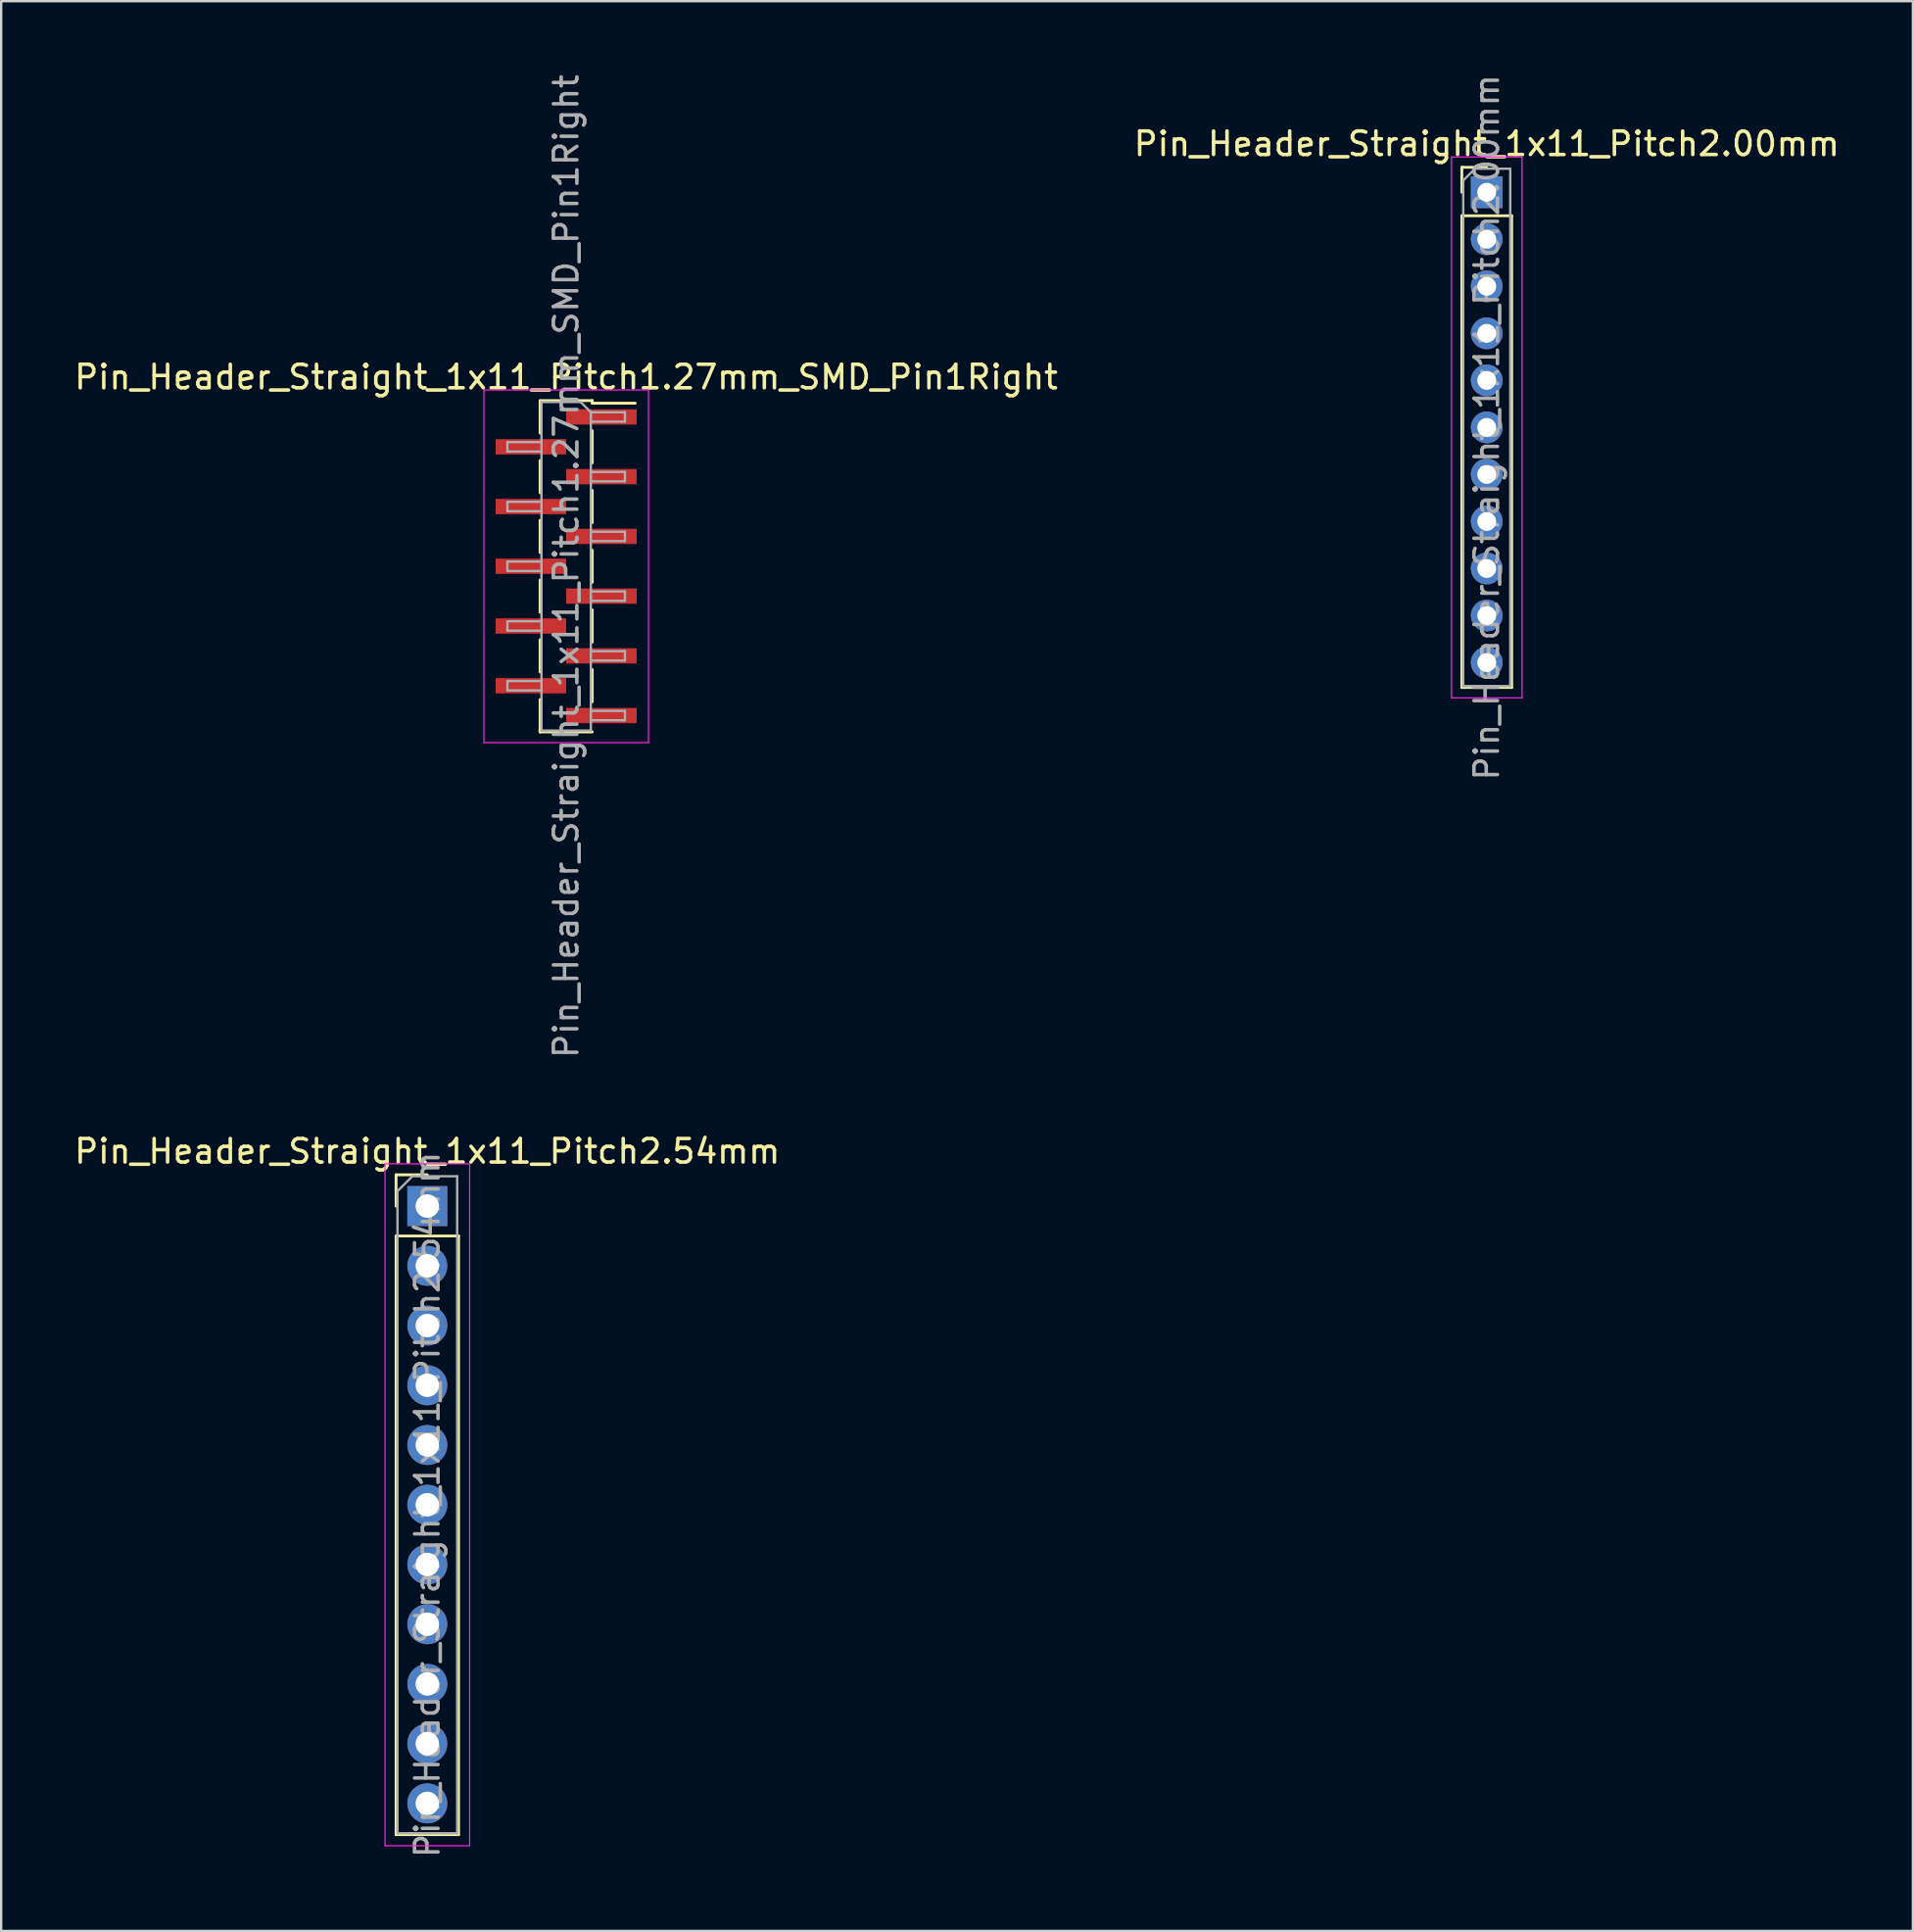
<source format=kicad_pcb>
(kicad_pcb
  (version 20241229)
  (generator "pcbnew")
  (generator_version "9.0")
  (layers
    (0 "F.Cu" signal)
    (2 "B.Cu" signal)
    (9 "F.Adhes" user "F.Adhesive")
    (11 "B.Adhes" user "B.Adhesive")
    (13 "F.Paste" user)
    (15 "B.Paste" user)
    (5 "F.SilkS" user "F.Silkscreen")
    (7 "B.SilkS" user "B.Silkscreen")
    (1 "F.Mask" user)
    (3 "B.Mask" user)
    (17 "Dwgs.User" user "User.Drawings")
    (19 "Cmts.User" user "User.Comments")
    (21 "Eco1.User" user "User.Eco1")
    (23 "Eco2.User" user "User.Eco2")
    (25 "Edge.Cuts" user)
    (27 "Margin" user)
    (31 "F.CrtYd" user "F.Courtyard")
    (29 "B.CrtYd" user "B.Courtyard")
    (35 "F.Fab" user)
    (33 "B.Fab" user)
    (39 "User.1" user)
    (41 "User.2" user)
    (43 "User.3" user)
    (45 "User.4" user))
  (footprint "Pin_Header_Straight_1x11_Pitch1.27mm_SMD_Pin1Right"
    (layer "F.Cu")
    (at 21.03 21.03)
    (property "Reference" "Pin_Header_Straight_1x11_Pitch1.27mm_SMD_Pin1Right" (at 0 -8.045 0) (layer "F.SilkS") (effects (font (size 1 1) (thickness 0.15))))
    (attr smd)
    (fp_line (start -1.11 -7.045) (end 1.11 -7.045) (stroke (width 0.12) (type solid)) (layer "F.SilkS"))
    (fp_line (start -1.11 -7.035) (end -1.11 -5.665) (stroke (width 0.12) (type solid)) (layer "F.SilkS"))
    (fp_line (start -1.11 -4.495) (end -1.11 -3.125) (stroke (width 0.12) (type solid)) (layer "F.SilkS"))
    (fp_line (start -1.11 -1.955) (end -1.11 -0.585) (stroke (width 0.12) (type solid)) (layer "F.SilkS"))
    (fp_line (start -1.11 0.585) (end -1.11 1.955) (stroke (width 0.12) (type solid)) (layer "F.SilkS"))
    (fp_line (start -1.11 3.125) (end -1.11 4.495) (stroke (width 0.12) (type solid)) (layer "F.SilkS"))
    (fp_line (start -1.11 5.665) (end -1.11 7.035) (stroke (width 0.12) (type solid)) (layer "F.SilkS"))
    (fp_line (start -1.11 6.935) (end -1.11 7.045) (stroke (width 0.12) (type solid)) (layer "F.SilkS"))
    (fp_line (start -1.11 7.045) (end 1.11 7.045) (stroke (width 0.12) (type solid)) (layer "F.SilkS"))
    (fp_line (start 1.11 -7.045) (end 1.11 -6.935) (stroke (width 0.12) (type solid)) (layer "F.SilkS"))
    (fp_line (start 1.11 -6.935) (end 2.94 -6.935) (stroke (width 0.12) (type solid)) (layer "F.SilkS"))
    (fp_line (start 1.11 -5.765) (end 1.11 -4.395) (stroke (width 0.12) (type solid)) (layer "F.SilkS"))
    (fp_line (start 1.11 -3.225) (end 1.11 -1.855) (stroke (width 0.12) (type solid)) (layer "F.SilkS"))
    (fp_line (start 1.11 -0.685) (end 1.11 0.685) (stroke (width 0.12) (type solid)) (layer "F.SilkS"))
    (fp_line (start 1.11 1.855) (end 1.11 3.225) (stroke (width 0.12) (type solid)) (layer "F.SilkS"))
    (fp_line (start 1.11 4.395) (end 1.11 5.765) (stroke (width 0.12) (type solid)) (layer "F.SilkS"))
    (fp_line (start -3.5 -7.5) (end -3.5 7.5) (stroke (width 0.05) (type solid)) (layer "F.CrtYd"))
    (fp_line (start -3.5 7.5) (end 3.5 7.5) (stroke (width 0.05) (type solid)) (layer "F.CrtYd"))
    (fp_line (start 3.5 -7.5) (end -3.5 -7.5) (stroke (width 0.05) (type solid)) (layer "F.CrtYd"))
    (fp_line (start 3.5 7.5) (end 3.5 -7.5) (stroke (width 0.05) (type solid)) (layer "F.CrtYd"))
    (fp_line (start -2.5 -5.28) (end -2.5 -4.88) (stroke (width 0.1) (type solid)) (layer "F.Fab"))
    (fp_line (start -2.5 -4.88) (end -1.05 -4.88) (stroke (width 0.1) (type solid)) (layer "F.Fab"))
    (fp_line (start -2.5 -2.74) (end -2.5 -2.34) (stroke (width 0.1) (type solid)) (layer "F.Fab"))
    (fp_line (start -2.5 -2.34) (end -1.05 -2.34) (stroke (width 0.1) (type solid)) (layer "F.Fab"))
    (fp_line (start -2.5 -0.2) (end -2.5 0.2) (stroke (width 0.1) (type solid)) (layer "F.Fab"))
    (fp_line (start -2.5 0.2) (end -1.05 0.2) (stroke (width 0.1) (type solid)) (layer "F.Fab"))
    (fp_line (start -2.5 2.34) (end -2.5 2.74) (stroke (width 0.1) (type solid)) (layer "F.Fab"))
    (fp_line (start -2.5 2.74) (end -1.05 2.74) (stroke (width 0.1) (type solid)) (layer "F.Fab"))
    (fp_line (start -2.5 4.88) (end -2.5 5.28) (stroke (width 0.1) (type solid)) (layer "F.Fab"))
    (fp_line (start -2.5 5.28) (end -1.05 5.28) (stroke (width 0.1) (type solid)) (layer "F.Fab"))
    (fp_line (start -1.05 -6.985) (end -1.05 6.985) (stroke (width 0.1) (type solid)) (layer "F.Fab"))
    (fp_line (start -1.05 -6.985) (end 0.615 -6.985) (stroke (width 0.1) (type solid)) (layer "F.Fab"))
    (fp_line (start -1.05 -5.28) (end -2.5 -5.28) (stroke (width 0.1) (type solid)) (layer "F.Fab"))
    (fp_line (start -1.05 -2.74) (end -2.5 -2.74) (stroke (width 0.1) (type solid)) (layer "F.Fab"))
    (fp_line (start -1.05 -0.2) (end -2.5 -0.2) (stroke (width 0.1) (type solid)) (layer "F.Fab"))
    (fp_line (start -1.05 2.34) (end -2.5 2.34) (stroke (width 0.1) (type solid)) (layer "F.Fab"))
    (fp_line (start -1.05 4.88) (end -2.5 4.88) (stroke (width 0.1) (type solid)) (layer "F.Fab"))
    (fp_line (start 1.05 -6.55) (end 0.615 -6.985) (stroke (width 0.1) (type solid)) (layer "F.Fab"))
    (fp_line (start 1.05 -6.55) (end 2.5 -6.55) (stroke (width 0.1) (type solid)) (layer "F.Fab"))
    (fp_line (start 1.05 -4.01) (end 2.5 -4.01) (stroke (width 0.1) (type solid)) (layer "F.Fab"))
    (fp_line (start 1.05 -1.47) (end 2.5 -1.47) (stroke (width 0.1) (type solid)) (layer "F.Fab"))
    (fp_line (start 1.05 1.07) (end 2.5 1.07) (stroke (width 0.1) (type solid)) (layer "F.Fab"))
    (fp_line (start 1.05 3.61) (end 2.5 3.61) (stroke (width 0.1) (type solid)) (layer "F.Fab"))
    (fp_line (start 1.05 6.15) (end 2.5 6.15) (stroke (width 0.1) (type solid)) (layer "F.Fab"))
    (fp_line (start 1.05 6.985) (end -1.05 6.985) (stroke (width 0.1) (type solid)) (layer "F.Fab"))
    (fp_line (start 1.05 6.985) (end 1.05 -6.55) (stroke (width 0.1) (type solid)) (layer "F.Fab"))
    (fp_line (start 2.5 -6.55) (end 2.5 -6.15) (stroke (width 0.1) (type solid)) (layer "F.Fab"))
    (fp_line (start 2.5 -6.15) (end 1.05 -6.15) (stroke (width 0.1) (type solid)) (layer "F.Fab"))
    (fp_line (start 2.5 -4.01) (end 2.5 -3.61) (stroke (width 0.1) (type solid)) (layer "F.Fab"))
    (fp_line (start 2.5 -3.61) (end 1.05 -3.61) (stroke (width 0.1) (type solid)) (layer "F.Fab"))
    (fp_line (start 2.5 -1.47) (end 2.5 -1.07) (stroke (width 0.1) (type solid)) (layer "F.Fab"))
    (fp_line (start 2.5 -1.07) (end 1.05 -1.07) (stroke (width 0.1) (type solid)) (layer "F.Fab"))
    (fp_line (start 2.5 1.07) (end 2.5 1.47) (stroke (width 0.1) (type solid)) (layer "F.Fab"))
    (fp_line (start 2.5 1.47) (end 1.05 1.47) (stroke (width 0.1) (type solid)) (layer "F.Fab"))
    (fp_line (start 2.5 3.61) (end 2.5 4.01) (stroke (width 0.1) (type solid)) (layer "F.Fab"))
    (fp_line (start 2.5 4.01) (end 1.05 4.01) (stroke (width 0.1) (type solid)) (layer "F.Fab"))
    (fp_line (start 2.5 6.15) (end 2.5 6.55) (stroke (width 0.1) (type solid)) (layer "F.Fab"))
    (fp_line (start 2.5 6.55) (end 1.05 6.55) (stroke (width 0.1) (type solid)) (layer "F.Fab"))
    (fp_text user "${REFERENCE}" (at 0 0 90) (layer "F.Fab") (effects (font (size 1 1) (thickness 0.15))))
    (pad "1" smd rect (at 1.5 -6.35) (size 3 0.65) (layers "F.Cu" "F.Mask" "F.Paste"))
    (pad "2" smd rect (at -1.5 -5.08) (size 3 0.65) (layers "F.Cu" "F.Mask" "F.Paste"))
    (pad "3" smd rect (at 1.5 -3.81) (size 3 0.65) (layers "F.Cu" "F.Mask" "F.Paste"))
    (pad "4" smd rect (at -1.5 -2.54) (size 3 0.65) (layers "F.Cu" "F.Mask" "F.Paste"))
    (pad "5" smd rect (at 1.5 -1.27) (size 3 0.65) (layers "F.Cu" "F.Mask" "F.Paste"))
    (pad "6" smd rect (at -1.5 0) (size 3 0.65) (layers "F.Cu" "F.Mask" "F.Paste"))
    (pad "7" smd rect (at 1.5 1.27) (size 3 0.65) (layers "F.Cu" "F.Mask" "F.Paste"))
    (pad "8" smd rect (at -1.5 2.54) (size 3 0.65) (layers "F.Cu" "F.Mask" "F.Paste"))
    (pad "9" smd rect (at 1.5 3.81) (size 3 0.65) (layers "F.Cu" "F.Mask" "F.Paste"))
    (pad "10" smd rect (at -1.5 5.08) (size 3 0.65) (layers "F.Cu" "F.Mask" "F.Paste"))
    (pad "11" smd rect (at 1.5 6.35) (size 3 0.65) (layers "F.Cu" "F.Mask" "F.Paste")))
  (footprint "Pin_Header_Straight_1x11_Pitch2.00mm"
    (layer "F.Cu")
    (at 60.185 5.125)
    (property "Reference" "Pin_Header_Straight_1x11_Pitch2.00mm" (at 0 -2.06 0) (layer "F.SilkS") (effects (font (size 1 1) (thickness 0.15))))
    (attr through_hole)
    (fp_line (start -1.06 -1.06) (end 0 -1.06) (stroke (width 0.12) (type solid)) (layer "F.SilkS"))
    (fp_line (start -1.06 0) (end -1.06 -1.06) (stroke (width 0.12) (type solid)) (layer "F.SilkS"))
    (fp_line (start -1.06 1) (end -1.06 21.06) (stroke (width 0.12) (type solid)) (layer "F.SilkS"))
    (fp_line (start -1.06 1) (end 1.06 1) (stroke (width 0.12) (type solid)) (layer "F.SilkS"))
    (fp_line (start -1.06 21.06) (end 1.06 21.06) (stroke (width 0.12) (type solid)) (layer "F.SilkS"))
    (fp_line (start 1.06 1) (end 1.06 21.06) (stroke (width 0.12) (type solid)) (layer "F.SilkS"))
    (fp_line (start -1.5 -1.5) (end -1.5 21.5) (stroke (width 0.05) (type solid)) (layer "F.CrtYd"))
    (fp_line (start -1.5 21.5) (end 1.5 21.5) (stroke (width 0.05) (type solid)) (layer "F.CrtYd"))
    (fp_line (start 1.5 -1.5) (end -1.5 -1.5) (stroke (width 0.05) (type solid)) (layer "F.CrtYd"))
    (fp_line (start 1.5 21.5) (end 1.5 -1.5) (stroke (width 0.05) (type solid)) (layer "F.CrtYd"))
    (fp_line (start -1 -0.5) (end -0.5 -1) (stroke (width 0.1) (type solid)) (layer "F.Fab"))
    (fp_line (start -1 21) (end -1 -0.5) (stroke (width 0.1) (type solid)) (layer "F.Fab"))
    (fp_line (start -0.5 -1) (end 1 -1) (stroke (width 0.1) (type solid)) (layer "F.Fab"))
    (fp_line (start 1 -1) (end 1 21) (stroke (width 0.1) (type solid)) (layer "F.Fab"))
    (fp_line (start 1 21) (end -1 21) (stroke (width 0.1) (type solid)) (layer "F.Fab"))
    (fp_text user "${REFERENCE}" (at 0 10 90) (layer "F.Fab") (effects (font (size 1 1) (thickness 0.15))))
    (pad "1" thru_hole rect (at 0 0) (size 1.35 1.35) (drill 0.8) (layers "*.Cu" "*.Mask"))
    (pad "2" thru_hole oval (at 0 2) (size 1.35 1.35) (drill 0.8) (layers "*.Cu" "*.Mask"))
    (pad "3" thru_hole oval (at 0 4) (size 1.35 1.35) (drill 0.8) (layers "*.Cu" "*.Mask"))
    (pad "4" thru_hole oval (at 0 6) (size 1.35 1.35) (drill 0.8) (layers "*.Cu" "*.Mask"))
    (pad "5" thru_hole oval (at 0 8) (size 1.35 1.35) (drill 0.8) (layers "*.Cu" "*.Mask"))
    (pad "6" thru_hole oval (at 0 10) (size 1.35 1.35) (drill 0.8) (layers "*.Cu" "*.Mask"))
    (pad "7" thru_hole oval (at 0 12) (size 1.35 1.35) (drill 0.8) (layers "*.Cu" "*.Mask"))
    (pad "8" thru_hole oval (at 0 14) (size 1.35 1.35) (drill 0.8) (layers "*.Cu" "*.Mask"))
    (pad "9" thru_hole oval (at 0 16) (size 1.35 1.35) (drill 0.8) (layers "*.Cu" "*.Mask"))
    (pad "10" thru_hole oval (at 0 18) (size 1.35 1.35) (drill 0.8) (layers "*.Cu" "*.Mask"))
    (pad "11" thru_hole oval (at 0 20) (size 1.35 1.35) (drill 0.8) (layers "*.Cu" "*.Mask")))
  (footprint "Pin_Header_Straight_1x11_Pitch2.54mm"
    (layer "F.Cu")
    (at 15.125 48.238)
    (property "Reference" "Pin_Header_Straight_1x11_Pitch2.54mm" (at 0 -2.33 0) (layer "F.SilkS") (effects (font (size 1 1) (thickness 0.15))))
    (attr through_hole)
    (fp_line (start -1.33 -1.33) (end 0 -1.33) (stroke (width 0.12) (type solid)) (layer "F.SilkS"))
    (fp_line (start -1.33 0) (end -1.33 -1.33) (stroke (width 0.12) (type solid)) (layer "F.SilkS"))
    (fp_line (start -1.33 1.27) (end -1.33 26.73) (stroke (width 0.12) (type solid)) (layer "F.SilkS"))
    (fp_line (start -1.33 1.27) (end 1.33 1.27) (stroke (width 0.12) (type solid)) (layer "F.SilkS"))
    (fp_line (start -1.33 26.73) (end 1.33 26.73) (stroke (width 0.12) (type solid)) (layer "F.SilkS"))
    (fp_line (start 1.33 1.27) (end 1.33 26.73) (stroke (width 0.12) (type solid)) (layer "F.SilkS"))
    (fp_line (start -1.8 -1.8) (end -1.8 27.2) (stroke (width 0.05) (type solid)) (layer "F.CrtYd"))
    (fp_line (start -1.8 27.2) (end 1.8 27.2) (stroke (width 0.05) (type solid)) (layer "F.CrtYd"))
    (fp_line (start 1.8 -1.8) (end -1.8 -1.8) (stroke (width 0.05) (type solid)) (layer "F.CrtYd"))
    (fp_line (start 1.8 27.2) (end 1.8 -1.8) (stroke (width 0.05) (type solid)) (layer "F.CrtYd"))
    (fp_line (start -1.27 -0.635) (end -0.635 -1.27) (stroke (width 0.1) (type solid)) (layer "F.Fab"))
    (fp_line (start -1.27 26.67) (end -1.27 -0.635) (stroke (width 0.1) (type solid)) (layer "F.Fab"))
    (fp_line (start -0.635 -1.27) (end 1.27 -1.27) (stroke (width 0.1) (type solid)) (layer "F.Fab"))
    (fp_line (start 1.27 -1.27) (end 1.27 26.67) (stroke (width 0.1) (type solid)) (layer "F.Fab"))
    (fp_line (start 1.27 26.67) (end -1.27 26.67) (stroke (width 0.1) (type solid)) (layer "F.Fab"))
    (fp_text user "${REFERENCE}" (at 0 12.7 90) (layer "F.Fab") (effects (font (size 1 1) (thickness 0.15))))
    (pad "1" thru_hole rect (at 0 0) (size 1.7 1.7) (drill 1) (layers "*.Cu" "*.Mask"))
    (pad "2" thru_hole oval (at 0 2.54) (size 1.7 1.7) (drill 1) (layers "*.Cu" "*.Mask"))
    (pad "3" thru_hole oval (at 0 5.08) (size 1.7 1.7) (drill 1) (layers "*.Cu" "*.Mask"))
    (pad "4" thru_hole oval (at 0 7.62) (size 1.7 1.7) (drill 1) (layers "*.Cu" "*.Mask"))
    (pad "5" thru_hole oval (at 0 10.16) (size 1.7 1.7) (drill 1) (layers "*.Cu" "*.Mask"))
    (pad "6" thru_hole oval (at 0 12.7) (size 1.7 1.7) (drill 1) (layers "*.Cu" "*.Mask"))
    (pad "7" thru_hole oval (at 0 15.24) (size 1.7 1.7) (drill 1) (layers "*.Cu" "*.Mask"))
    (pad "8" thru_hole oval (at 0 17.78) (size 1.7 1.7) (drill 1) (layers "*.Cu" "*.Mask"))
    (pad "9" thru_hole oval (at 0 20.32) (size 1.7 1.7) (drill 1) (layers "*.Cu" "*.Mask"))
    (pad "10" thru_hole oval (at 0 22.86) (size 1.7 1.7) (drill 1) (layers "*.Cu" "*.Mask"))
    (pad "11" thru_hole oval (at 0 25.4) (size 1.7 1.7) (drill 1) (layers "*.Cu" "*.Mask")))
  (gr_rect
    (start -3 -3)
    (end 78.31 79.063)
    (stroke (width 0.1) (type default))
    (fill no)
    (layer "Edge.Cuts")))
</source>
